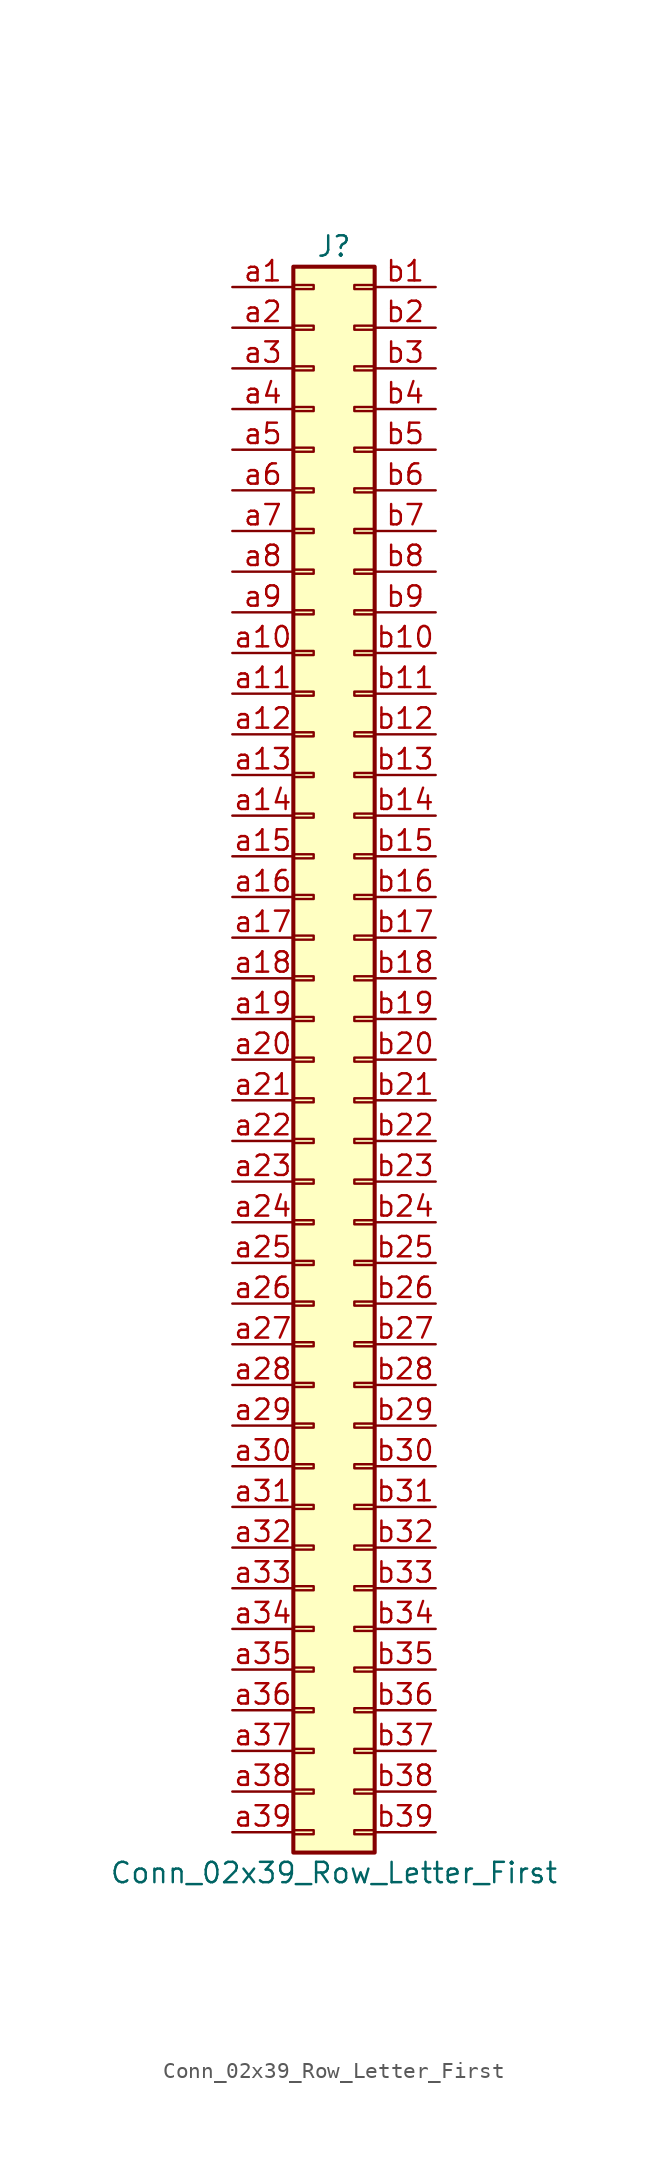
<source format=kicad_sym>
(kicad_symbol_lib
  (version 20201005)
  (generator kicad_symbol_editor)
  (symbol "Connector_Generic:Conn_02x39_Row_Letter_First"
    (pin_names
      (offset 1.016) hide)
    (property "Reference" "J"
      (at 1.27 50.8 0)
      (effects (font (size 1.27 1.27))))
    (property "Value" "Conn_02x39_Row_Letter_First"
      (at 1.27 -50.8 0)
      (effects (font (size 1.27 1.27))))
    (symbol "Conn_02x39_Row_Letter_First_1_1"
      (rectangle (start -1.27 -27.813) (end 0 -28.067) (stroke (width 0.152)) (fill (type none)))
      (rectangle (start -1.27 -30.353) (end 0 -30.607) (stroke (width 0.152)) (fill (type none)))
      (rectangle (start -1.27 -32.893) (end 0 -33.147) (stroke (width 0.152)) (fill (type none)))
      (rectangle (start -1.27 -35.433) (end 0 -35.687) (stroke (width 0.152)) (fill (type none)))
      (rectangle (start -1.27 -37.973) (end 0 -38.227) (stroke (width 0.152)) (fill (type none)))
      (rectangle (start -1.27 -40.513) (end 0 -40.767) (stroke (width 0.152)) (fill (type none)))
      (rectangle (start -1.27 -43.053) (end 0 -43.307) (stroke (width 0.152)) (fill (type none)))
      (rectangle (start -1.27 -45.593) (end 0 -45.847) (stroke (width 0.152)) (fill (type none)))
      (rectangle (start -1.27 -48.133) (end 0 -48.387) (stroke (width 0.152)) (fill (type none)))
      (rectangle (start -1.27 -4.953) (end 0 -5.207) (stroke (width 0.152)) (fill (type none)))
      (rectangle (start -1.27 -7.493) (end 0 -7.747) (stroke (width 0.152)) (fill (type none)))
      (rectangle (start -1.27 -10.033) (end 0 -10.287) (stroke (width 0.152)) (fill (type none)))
      (rectangle (start -1.27 -12.573) (end 0 -12.827) (stroke (width 0.152)) (fill (type none)))
      (rectangle (start -1.27 -15.113) (end 0 -15.367) (stroke (width 0.152)) (fill (type none)))
      (rectangle (start -1.27 -17.653) (end 0 -17.907) (stroke (width 0.152)) (fill (type none)))
      (rectangle (start -1.27 -20.193) (end 0 -20.447) (stroke (width 0.152)) (fill (type none)))
      (rectangle (start -1.27 -22.733) (end 0 -22.987) (stroke (width 0.152)) (fill (type none)))
      (rectangle (start -1.27 -2.413) (end 0 -2.667) (stroke (width 0.152)) (fill (type none)))
      (rectangle (start -1.27 -25.273) (end 0 -25.527) (stroke (width 0.152)) (fill (type none)))
      (rectangle (start -1.27 25.527) (end 0 25.273) (stroke (width 0.152)) (fill (type none)))
      (rectangle (start -1.27 2.667) (end 0 2.413) (stroke (width 0.152)) (fill (type none)))
      (rectangle (start -1.27 28.067) (end 0 27.813) (stroke (width 0.152)) (fill (type none)))
      (rectangle (start -1.27 30.607) (end 0 30.353) (stroke (width 0.152)) (fill (type none)))
      (rectangle (start -1.27 33.147) (end 0 32.893) (stroke (width 0.152)) (fill (type none)))
      (rectangle (start -1.27 35.687) (end 0 35.433) (stroke (width 0.152)) (fill (type none)))
      (rectangle (start -1.27 38.227) (end 0 37.973) (stroke (width 0.152)) (fill (type none)))
      (rectangle (start -1.27 40.767) (end 0 40.513) (stroke (width 0.152)) (fill (type none)))
      (rectangle (start -1.27 43.307) (end 0 43.053) (stroke (width 0.152)) (fill (type none)))
      (rectangle (start -1.27 45.847) (end 0 45.593) (stroke (width 0.152)) (fill (type none)))
      (rectangle (start -1.27 48.387) (end 0 48.133) (stroke (width 0.152)) (fill (type none)))
      (rectangle (start -1.27 49.53) (end 3.81 -49.53) (stroke (width 0.254)) (fill (type background)))
      (rectangle (start -1.27 5.207) (end 0 4.953) (stroke (width 0.152)) (fill (type none)))
      (rectangle (start -1.27 7.747) (end 0 7.493) (stroke (width 0.152)) (fill (type none)))
      (rectangle (start -1.27 10.287) (end 0 10.033) (stroke (width 0.152)) (fill (type none)))
      (rectangle (start -1.27 0.127) (end 0 -0.127) (stroke (width 0.152)) (fill (type none)))
      (rectangle (start -1.27 12.827) (end 0 12.573) (stroke (width 0.152)) (fill (type none)))
      (rectangle (start -1.27 15.367) (end 0 15.113) (stroke (width 0.152)) (fill (type none)))
      (rectangle (start -1.27 17.907) (end 0 17.653) (stroke (width 0.152)) (fill (type none)))
      (rectangle (start -1.27 20.447) (end 0 20.193) (stroke (width 0.152)) (fill (type none)))
      (rectangle (start -1.27 22.987) (end 0 22.733) (stroke (width 0.152)) (fill (type none)))
      (rectangle (start 3.81 -27.813) (end 2.54 -28.067) (stroke (width 0.152)) (fill (type none)))
      (rectangle (start 3.81 -30.353) (end 2.54 -30.607) (stroke (width 0.152)) (fill (type none)))
      (rectangle (start 3.81 -32.893) (end 2.54 -33.147) (stroke (width 0.152)) (fill (type none)))
      (rectangle (start 3.81 -35.433) (end 2.54 -35.687) (stroke (width 0.152)) (fill (type none)))
      (rectangle (start 3.81 -37.973) (end 2.54 -38.227) (stroke (width 0.152)) (fill (type none)))
      (rectangle (start 3.81 -40.513) (end 2.54 -40.767) (stroke (width 0.152)) (fill (type none)))
      (rectangle (start 3.81 -43.053) (end 2.54 -43.307) (stroke (width 0.152)) (fill (type none)))
      (rectangle (start 3.81 -45.593) (end 2.54 -45.847) (stroke (width 0.152)) (fill (type none)))
      (rectangle (start 3.81 -48.133) (end 2.54 -48.387) (stroke (width 0.152)) (fill (type none)))
      (rectangle (start 3.81 -4.953) (end 2.54 -5.207) (stroke (width 0.152)) (fill (type none)))
      (rectangle (start 3.81 -7.493) (end 2.54 -7.747) (stroke (width 0.152)) (fill (type none)))
      (rectangle (start 3.81 -10.033) (end 2.54 -10.287) (stroke (width 0.152)) (fill (type none)))
      (rectangle (start 3.81 -12.573) (end 2.54 -12.827) (stroke (width 0.152)) (fill (type none)))
      (rectangle (start 3.81 -15.113) (end 2.54 -15.367) (stroke (width 0.152)) (fill (type none)))
      (rectangle (start 3.81 -17.653) (end 2.54 -17.907) (stroke (width 0.152)) (fill (type none)))
      (rectangle (start 3.81 -20.193) (end 2.54 -20.447) (stroke (width 0.152)) (fill (type none)))
      (rectangle (start 3.81 -22.733) (end 2.54 -22.987) (stroke (width 0.152)) (fill (type none)))
      (rectangle (start 3.81 -2.413) (end 2.54 -2.667) (stroke (width 0.152)) (fill (type none)))
      (rectangle (start 3.81 -25.273) (end 2.54 -25.527) (stroke (width 0.152)) (fill (type none)))
      (rectangle (start 3.81 25.527) (end 2.54 25.273) (stroke (width 0.152)) (fill (type none)))
      (rectangle (start 3.81 2.667) (end 2.54 2.413) (stroke (width 0.152)) (fill (type none)))
      (rectangle (start 3.81 28.067) (end 2.54 27.813) (stroke (width 0.152)) (fill (type none)))
      (rectangle (start 3.81 30.607) (end 2.54 30.353) (stroke (width 0.152)) (fill (type none)))
      (rectangle (start 3.81 33.147) (end 2.54 32.893) (stroke (width 0.152)) (fill (type none)))
      (rectangle (start 3.81 35.687) (end 2.54 35.433) (stroke (width 0.152)) (fill (type none)))
      (rectangle (start 3.81 38.227) (end 2.54 37.973) (stroke (width 0.152)) (fill (type none)))
      (rectangle (start 3.81 40.767) (end 2.54 40.513) (stroke (width 0.152)) (fill (type none)))
      (rectangle (start 3.81 43.307) (end 2.54 43.053) (stroke (width 0.152)) (fill (type none)))
      (rectangle (start 3.81 45.847) (end 2.54 45.593) (stroke (width 0.152)) (fill (type none)))
      (rectangle (start 3.81 48.387) (end 2.54 48.133) (stroke (width 0.152)) (fill (type none)))
      (rectangle (start 3.81 5.207) (end 2.54 4.953) (stroke (width 0.152)) (fill (type none)))
      (rectangle (start 3.81 7.747) (end 2.54 7.493) (stroke (width 0.152)) (fill (type none)))
      (rectangle (start 3.81 10.287) (end 2.54 10.033) (stroke (width 0.152)) (fill (type none)))
      (rectangle (start 3.81 0.127) (end 2.54 -0.127) (stroke (width 0.152)) (fill (type none)))
      (rectangle (start 3.81 12.827) (end 2.54 12.573) (stroke (width 0.152)) (fill (type none)))
      (rectangle (start 3.81 15.367) (end 2.54 15.113) (stroke (width 0.152)) (fill (type none)))
      (rectangle (start 3.81 17.907) (end 2.54 17.653) (stroke (width 0.152)) (fill (type none)))
      (rectangle (start 3.81 20.447) (end 2.54 20.193) (stroke (width 0.152)) (fill (type none)))
      (rectangle (start 3.81 22.987) (end 2.54 22.733) (stroke (width 0.152)) (fill (type none)))
      (pin passive line (at -5.08 48.26 0) (length 3.81) (name "Pin_a1" (effects (font (size 1.27 1.27)))) (number "a1" (effects (font (size 1.27 1.27)))))
      (pin passive line (at -5.08 25.4 0) (length 3.81) (name "Pin_a10" (effects (font (size 1.27 1.27)))) (number "a10" (effects (font (size 1.27 1.27)))))
      (pin passive line (at -5.08 22.86 0) (length 3.81) (name "Pin_a11" (effects (font (size 1.27 1.27)))) (number "a11" (effects (font (size 1.27 1.27)))))
      (pin passive line (at -5.08 20.32 0) (length 3.81) (name "Pin_a12" (effects (font (size 1.27 1.27)))) (number "a12" (effects (font (size 1.27 1.27)))))
      (pin passive line (at -5.08 17.78 0) (length 3.81) (name "Pin_a13" (effects (font (size 1.27 1.27)))) (number "a13" (effects (font (size 1.27 1.27)))))
      (pin passive line (at -5.08 15.24 0) (length 3.81) (name "Pin_a14" (effects (font (size 1.27 1.27)))) (number "a14" (effects (font (size 1.27 1.27)))))
      (pin passive line (at -5.08 12.7 0) (length 3.81) (name "Pin_a15" (effects (font (size 1.27 1.27)))) (number "a15" (effects (font (size 1.27 1.27)))))
      (pin passive line (at -5.08 10.16 0) (length 3.81) (name "Pin_a16" (effects (font (size 1.27 1.27)))) (number "a16" (effects (font (size 1.27 1.27)))))
      (pin passive line (at -5.08 7.62 0) (length 3.81) (name "Pin_a17" (effects (font (size 1.27 1.27)))) (number "a17" (effects (font (size 1.27 1.27)))))
      (pin passive line (at -5.08 5.08 0) (length 3.81) (name "Pin_a18" (effects (font (size 1.27 1.27)))) (number "a18" (effects (font (size 1.27 1.27)))))
      (pin passive line (at -5.08 2.54 0) (length 3.81) (name "Pin_a19" (effects (font (size 1.27 1.27)))) (number "a19" (effects (font (size 1.27 1.27)))))
      (pin passive line (at -5.08 45.72 0) (length 3.81) (name "Pin_a2" (effects (font (size 1.27 1.27)))) (number "a2" (effects (font (size 1.27 1.27)))))
      (pin passive line (at -5.08 0 0) (length 3.81) (name "Pin_a20" (effects (font (size 1.27 1.27)))) (number "a20" (effects (font (size 1.27 1.27)))))
      (pin passive line (at -5.08 -2.54 0) (length 3.81) (name "Pin_a21" (effects (font (size 1.27 1.27)))) (number "a21" (effects (font (size 1.27 1.27)))))
      (pin passive line (at -5.08 -5.08 0) (length 3.81) (name "Pin_a22" (effects (font (size 1.27 1.27)))) (number "a22" (effects (font (size 1.27 1.27)))))
      (pin passive line (at -5.08 -7.62 0) (length 3.81) (name "Pin_a23" (effects (font (size 1.27 1.27)))) (number "a23" (effects (font (size 1.27 1.27)))))
      (pin passive line (at -5.08 -10.16 0) (length 3.81) (name "Pin_a24" (effects (font (size 1.27 1.27)))) (number "a24" (effects (font (size 1.27 1.27)))))
      (pin passive line (at -5.08 -12.7 0) (length 3.81) (name "Pin_a25" (effects (font (size 1.27 1.27)))) (number "a25" (effects (font (size 1.27 1.27)))))
      (pin passive line (at -5.08 -15.24 0) (length 3.81) (name "Pin_a26" (effects (font (size 1.27 1.27)))) (number "a26" (effects (font (size 1.27 1.27)))))
      (pin passive line (at -5.08 -17.78 0) (length 3.81) (name "Pin_a27" (effects (font (size 1.27 1.27)))) (number "a27" (effects (font (size 1.27 1.27)))))
      (pin passive line (at -5.08 -20.32 0) (length 3.81) (name "Pin_a28" (effects (font (size 1.27 1.27)))) (number "a28" (effects (font (size 1.27 1.27)))))
      (pin passive line (at -5.08 -22.86 0) (length 3.81) (name "Pin_a29" (effects (font (size 1.27 1.27)))) (number "a29" (effects (font (size 1.27 1.27)))))
      (pin passive line (at -5.08 43.18 0) (length 3.81) (name "Pin_a3" (effects (font (size 1.27 1.27)))) (number "a3" (effects (font (size 1.27 1.27)))))
      (pin passive line (at -5.08 -25.4 0) (length 3.81) (name "Pin_a30" (effects (font (size 1.27 1.27)))) (number "a30" (effects (font (size 1.27 1.27)))))
      (pin passive line (at -5.08 -27.94 0) (length 3.81) (name "Pin_a31" (effects (font (size 1.27 1.27)))) (number "a31" (effects (font (size 1.27 1.27)))))
      (pin passive line (at -5.08 -30.48 0) (length 3.81) (name "Pin_a32" (effects (font (size 1.27 1.27)))) (number "a32" (effects (font (size 1.27 1.27)))))
      (pin passive line (at -5.08 -33.02 0) (length 3.81) (name "Pin_a33" (effects (font (size 1.27 1.27)))) (number "a33" (effects (font (size 1.27 1.27)))))
      (pin passive line (at -5.08 -35.56 0) (length 3.81) (name "Pin_a34" (effects (font (size 1.27 1.27)))) (number "a34" (effects (font (size 1.27 1.27)))))
      (pin passive line (at -5.08 -38.1 0) (length 3.81) (name "Pin_a35" (effects (font (size 1.27 1.27)))) (number "a35" (effects (font (size 1.27 1.27)))))
      (pin passive line (at -5.08 -40.64 0) (length 3.81) (name "Pin_a36" (effects (font (size 1.27 1.27)))) (number "a36" (effects (font (size 1.27 1.27)))))
      (pin passive line (at -5.08 -43.18 0) (length 3.81) (name "Pin_a37" (effects (font (size 1.27 1.27)))) (number "a37" (effects (font (size 1.27 1.27)))))
      (pin passive line (at -5.08 -45.72 0) (length 3.81) (name "Pin_a38" (effects (font (size 1.27 1.27)))) (number "a38" (effects (font (size 1.27 1.27)))))
      (pin passive line (at -5.08 -48.26 0) (length 3.81) (name "Pin_a39" (effects (font (size 1.27 1.27)))) (number "a39" (effects (font (size 1.27 1.27)))))
      (pin passive line (at -5.08 40.64 0) (length 3.81) (name "Pin_a4" (effects (font (size 1.27 1.27)))) (number "a4" (effects (font (size 1.27 1.27)))))
      (pin passive line (at -5.08 38.1 0) (length 3.81) (name "Pin_a5" (effects (font (size 1.27 1.27)))) (number "a5" (effects (font (size 1.27 1.27)))))
      (pin passive line (at -5.08 35.56 0) (length 3.81) (name "Pin_a6" (effects (font (size 1.27 1.27)))) (number "a6" (effects (font (size 1.27 1.27)))))
      (pin passive line (at -5.08 33.02 0) (length 3.81) (name "Pin_a7" (effects (font (size 1.27 1.27)))) (number "a7" (effects (font (size 1.27 1.27)))))
      (pin passive line (at -5.08 30.48 0) (length 3.81) (name "Pin_a8" (effects (font (size 1.27 1.27)))) (number "a8" (effects (font (size 1.27 1.27)))))
      (pin passive line (at -5.08 27.94 0) (length 3.81) (name "Pin_a9" (effects (font (size 1.27 1.27)))) (number "a9" (effects (font (size 1.27 1.27)))))
      (pin passive line (at 7.62 48.26 180) (length 3.81) (name "Pin_b1" (effects (font (size 1.27 1.27)))) (number "b1" (effects (font (size 1.27 1.27)))))
      (pin passive line (at 7.62 25.4 180) (length 3.81) (name "Pin_b10" (effects (font (size 1.27 1.27)))) (number "b10" (effects (font (size 1.27 1.27)))))
      (pin passive line (at 7.62 22.86 180) (length 3.81) (name "Pin_b11" (effects (font (size 1.27 1.27)))) (number "b11" (effects (font (size 1.27 1.27)))))
      (pin passive line (at 7.62 20.32 180) (length 3.81) (name "Pin_b12" (effects (font (size 1.27 1.27)))) (number "b12" (effects (font (size 1.27 1.27)))))
      (pin passive line (at 7.62 17.78 180) (length 3.81) (name "Pin_b13" (effects (font (size 1.27 1.27)))) (number "b13" (effects (font (size 1.27 1.27)))))
      (pin passive line (at 7.62 15.24 180) (length 3.81) (name "Pin_b14" (effects (font (size 1.27 1.27)))) (number "b14" (effects (font (size 1.27 1.27)))))
      (pin passive line (at 7.62 12.7 180) (length 3.81) (name "Pin_b15" (effects (font (size 1.27 1.27)))) (number "b15" (effects (font (size 1.27 1.27)))))
      (pin passive line (at 7.62 10.16 180) (length 3.81) (name "Pin_b16" (effects (font (size 1.27 1.27)))) (number "b16" (effects (font (size 1.27 1.27)))))
      (pin passive line (at 7.62 7.62 180) (length 3.81) (name "Pin_b17" (effects (font (size 1.27 1.27)))) (number "b17" (effects (font (size 1.27 1.27)))))
      (pin passive line (at 7.62 5.08 180) (length 3.81) (name "Pin_b18" (effects (font (size 1.27 1.27)))) (number "b18" (effects (font (size 1.27 1.27)))))
      (pin passive line (at 7.62 2.54 180) (length 3.81) (name "Pin_b19" (effects (font (size 1.27 1.27)))) (number "b19" (effects (font (size 1.27 1.27)))))
      (pin passive line (at 7.62 45.72 180) (length 3.81) (name "Pin_b2" (effects (font (size 1.27 1.27)))) (number "b2" (effects (font (size 1.27 1.27)))))
      (pin passive line (at 7.62 0 180) (length 3.81) (name "Pin_b20" (effects (font (size 1.27 1.27)))) (number "b20" (effects (font (size 1.27 1.27)))))
      (pin passive line (at 7.62 -2.54 180) (length 3.81) (name "Pin_b21" (effects (font (size 1.27 1.27)))) (number "b21" (effects (font (size 1.27 1.27)))))
      (pin passive line (at 7.62 -5.08 180) (length 3.81) (name "Pin_b22" (effects (font (size 1.27 1.27)))) (number "b22" (effects (font (size 1.27 1.27)))))
      (pin passive line (at 7.62 -7.62 180) (length 3.81) (name "Pin_b23" (effects (font (size 1.27 1.27)))) (number "b23" (effects (font (size 1.27 1.27)))))
      (pin passive line (at 7.62 -10.16 180) (length 3.81) (name "Pin_b24" (effects (font (size 1.27 1.27)))) (number "b24" (effects (font (size 1.27 1.27)))))
      (pin passive line (at 7.62 -12.7 180) (length 3.81) (name "Pin_b25" (effects (font (size 1.27 1.27)))) (number "b25" (effects (font (size 1.27 1.27)))))
      (pin passive line (at 7.62 -15.24 180) (length 3.81) (name "Pin_b26" (effects (font (size 1.27 1.27)))) (number "b26" (effects (font (size 1.27 1.27)))))
      (pin passive line (at 7.62 -17.78 180) (length 3.81) (name "Pin_b27" (effects (font (size 1.27 1.27)))) (number "b27" (effects (font (size 1.27 1.27)))))
      (pin passive line (at 7.62 -20.32 180) (length 3.81) (name "Pin_b28" (effects (font (size 1.27 1.27)))) (number "b28" (effects (font (size 1.27 1.27)))))
      (pin passive line (at 7.62 -22.86 180) (length 3.81) (name "Pin_b29" (effects (font (size 1.27 1.27)))) (number "b29" (effects (font (size 1.27 1.27)))))
      (pin passive line (at 7.62 43.18 180) (length 3.81) (name "Pin_b3" (effects (font (size 1.27 1.27)))) (number "b3" (effects (font (size 1.27 1.27)))))
      (pin passive line (at 7.62 -25.4 180) (length 3.81) (name "Pin_b30" (effects (font (size 1.27 1.27)))) (number "b30" (effects (font (size 1.27 1.27)))))
      (pin passive line (at 7.62 -27.94 180) (length 3.81) (name "Pin_b31" (effects (font (size 1.27 1.27)))) (number "b31" (effects (font (size 1.27 1.27)))))
      (pin passive line (at 7.62 -30.48 180) (length 3.81) (name "Pin_b32" (effects (font (size 1.27 1.27)))) (number "b32" (effects (font (size 1.27 1.27)))))
      (pin passive line (at 7.62 -33.02 180) (length 3.81) (name "Pin_b33" (effects (font (size 1.27 1.27)))) (number "b33" (effects (font (size 1.27 1.27)))))
      (pin passive line (at 7.62 -35.56 180) (length 3.81) (name "Pin_b34" (effects (font (size 1.27 1.27)))) (number "b34" (effects (font (size 1.27 1.27)))))
      (pin passive line (at 7.62 -38.1 180) (length 3.81) (name "Pin_b35" (effects (font (size 1.27 1.27)))) (number "b35" (effects (font (size 1.27 1.27)))))
      (pin passive line (at 7.62 -40.64 180) (length 3.81) (name "Pin_b36" (effects (font (size 1.27 1.27)))) (number "b36" (effects (font (size 1.27 1.27)))))
      (pin passive line (at 7.62 -43.18 180) (length 3.81) (name "Pin_b37" (effects (font (size 1.27 1.27)))) (number "b37" (effects (font (size 1.27 1.27)))))
      (pin passive line (at 7.62 -45.72 180) (length 3.81) (name "Pin_b38" (effects (font (size 1.27 1.27)))) (number "b38" (effects (font (size 1.27 1.27)))))
      (pin passive line (at 7.62 -48.26 180) (length 3.81) (name "Pin_b39" (effects (font (size 1.27 1.27)))) (number "b39" (effects (font (size 1.27 1.27)))))
      (pin passive line (at 7.62 40.64 180) (length 3.81) (name "Pin_b4" (effects (font (size 1.27 1.27)))) (number "b4" (effects (font (size 1.27 1.27)))))
      (pin passive line (at 7.62 38.1 180) (length 3.81) (name "Pin_b5" (effects (font (size 1.27 1.27)))) (number "b5" (effects (font (size 1.27 1.27)))))
      (pin passive line (at 7.62 35.56 180) (length 3.81) (name "Pin_b6" (effects (font (size 1.27 1.27)))) (number "b6" (effects (font (size 1.27 1.27)))))
      (pin passive line (at 7.62 33.02 180) (length 3.81) (name "Pin_b7" (effects (font (size 1.27 1.27)))) (number "b7" (effects (font (size 1.27 1.27)))))
      (pin passive line (at 7.62 30.48 180) (length 3.81) (name "Pin_b8" (effects (font (size 1.27 1.27)))) (number "b8" (effects (font (size 1.27 1.27)))))
      (pin passive line (at 7.62 27.94 180) (length 3.81) (name "Pin_b9" (effects (font (size 1.27 1.27)))) (number "b9" (effects (font (size 1.27 1.27))))))))
</source>
